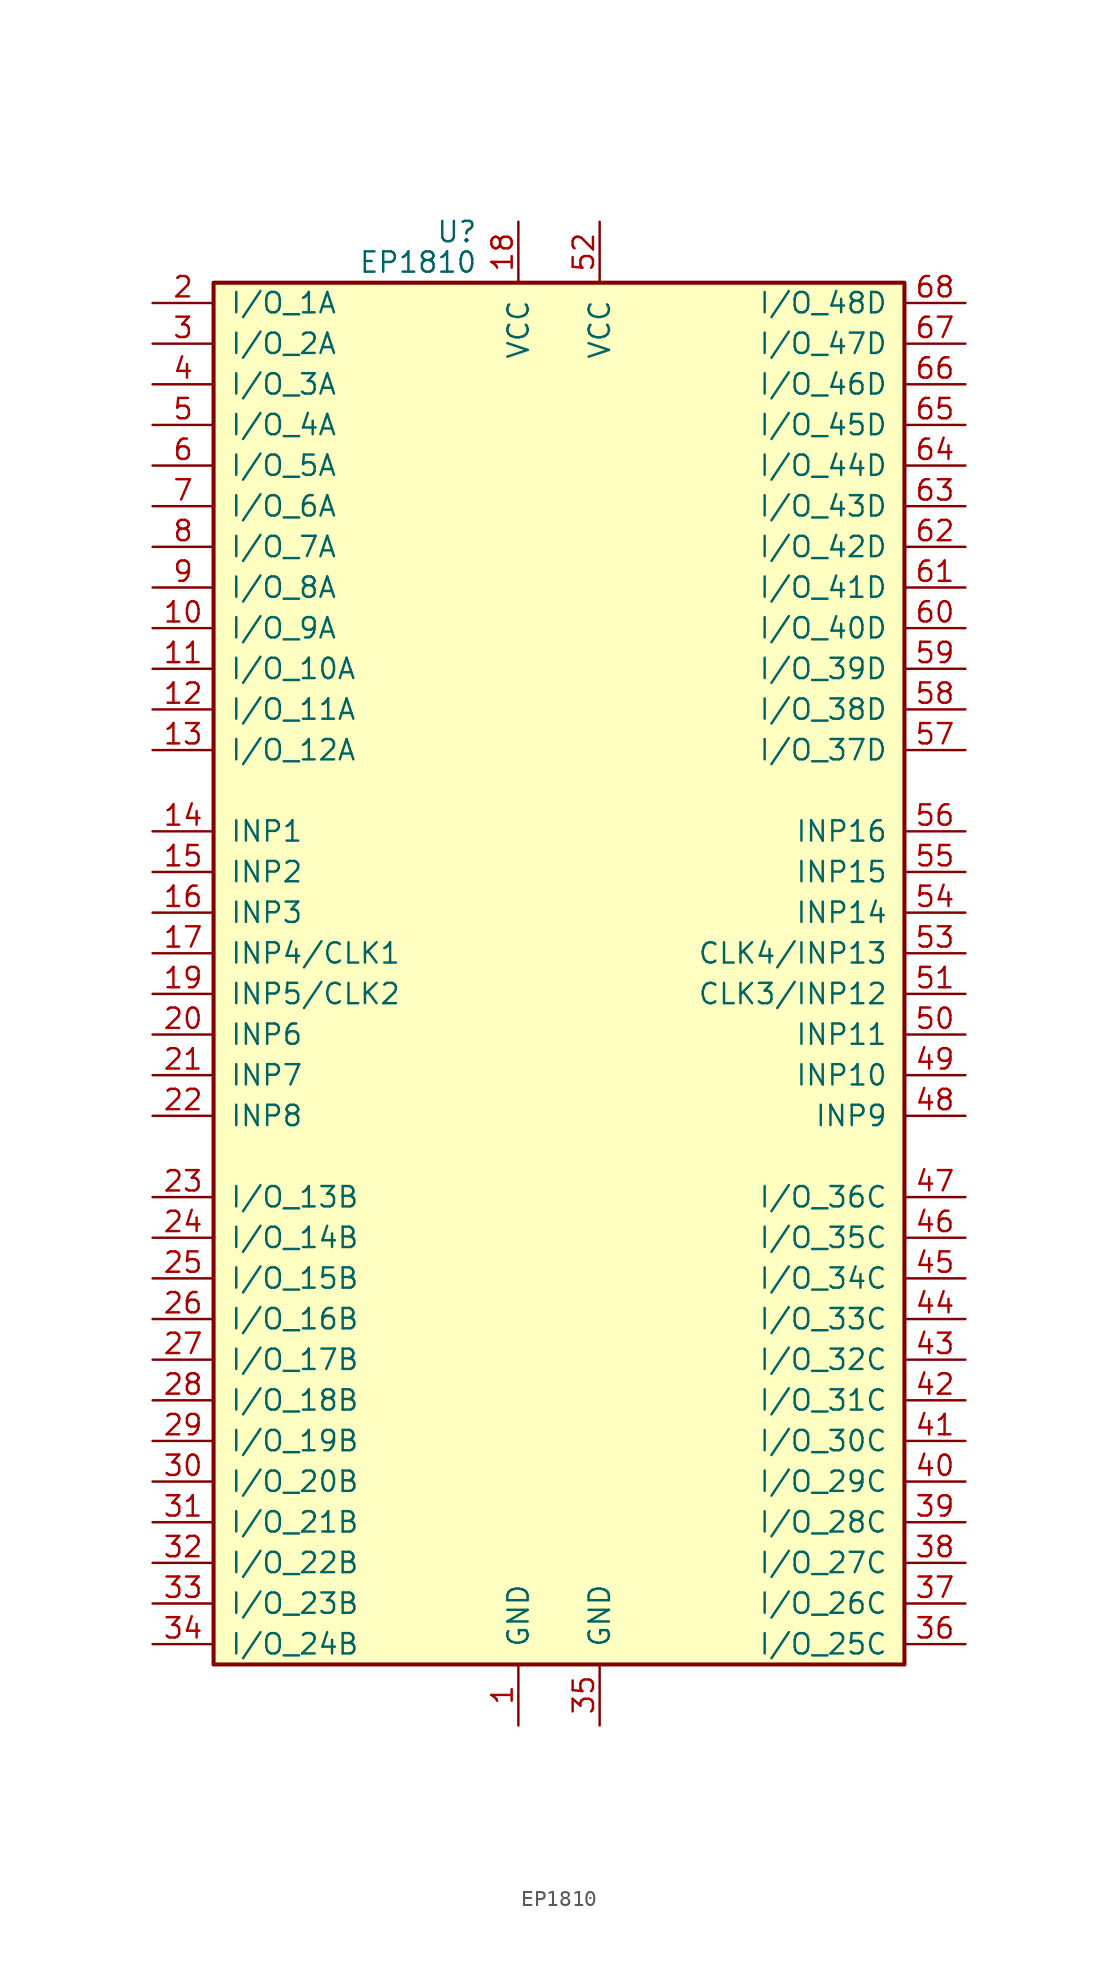
<source format=kicad_sym>
(kicad_symbol_lib
  (version 20201005)
  (generator kicad_symbol_editor)
  (symbol "CPLD_Altera:EP1810"
    (pin_names
      (offset 1.016))
    (property "Reference" "U"
      (at -5.08 47.625 0)
      (effects (font (size 1.27 1.27)) (justify right)))
    (property "Value" "EP1810"
      (at -5.08 45.72 0)
      (effects (font (size 1.27 1.27)) (justify right)))
    (symbol "EP1810_0_1"
      (rectangle (start -21.59 -41.91) (end 21.59 44.45) (stroke (width 0.254)) (fill (type background))))
    (symbol "EP1810_1_1"
      (pin power_in line (at -2.54 -45.72 90) (length 3.81) (name "GND" (effects (font (size 1.27 1.27)))) (number "1" (effects (font (size 1.27 1.27)))))
      (pin input line (at -25.4 43.18 0) (length 3.81) (name "I/O_1A" (effects (font (size 1.27 1.27)))) (number "2" (effects (font (size 1.27 1.27)))))
      (pin input line (at -25.4 40.64 0) (length 3.81) (name "I/O_2A" (effects (font (size 1.27 1.27)))) (number "3" (effects (font (size 1.27 1.27)))))
      (pin input line (at -25.4 38.1 0) (length 3.81) (name "I/O_3A" (effects (font (size 1.27 1.27)))) (number "4" (effects (font (size 1.27 1.27)))))
      (pin input line (at -25.4 35.56 0) (length 3.81) (name "I/O_4A" (effects (font (size 1.27 1.27)))) (number "5" (effects (font (size 1.27 1.27)))))
      (pin input line (at -25.4 33.02 0) (length 3.81) (name "I/O_5A" (effects (font (size 1.27 1.27)))) (number "6" (effects (font (size 1.27 1.27)))))
      (pin input line (at -25.4 30.48 0) (length 3.81) (name "I/O_6A" (effects (font (size 1.27 1.27)))) (number "7" (effects (font (size 1.27 1.27)))))
      (pin input line (at -25.4 27.94 0) (length 3.81) (name "I/O_7A" (effects (font (size 1.27 1.27)))) (number "8" (effects (font (size 1.27 1.27)))))
      (pin input line (at -25.4 25.4 0) (length 3.81) (name "I/O_8A" (effects (font (size 1.27 1.27)))) (number "9" (effects (font (size 1.27 1.27)))))
      (pin input line (at -25.4 22.86 0) (length 3.81) (name "I/O_9A" (effects (font (size 1.27 1.27)))) (number "10" (effects (font (size 1.27 1.27)))))
      (pin input line (at -25.4 -2.54 0) (length 3.81) (name "INP6" (effects (font (size 1.27 1.27)))) (number "20" (effects (font (size 1.27 1.27)))))
      (pin input line (at -25.4 -30.48 0) (length 3.81) (name "I/O_20B" (effects (font (size 1.27 1.27)))) (number "30" (effects (font (size 1.27 1.27)))))
      (pin input line (at 25.4 -30.48 180) (length 3.81) (name "I/O_29C" (effects (font (size 1.27 1.27)))) (number "40" (effects (font (size 1.27 1.27)))))
      (pin input line (at 25.4 -2.54 180) (length 3.81) (name "INP11" (effects (font (size 1.27 1.27)))) (number "50" (effects (font (size 1.27 1.27)))))
      (pin input line (at 25.4 22.86 180) (length 3.81) (name "I/O_40D" (effects (font (size 1.27 1.27)))) (number "60" (effects (font (size 1.27 1.27)))))
      (pin input line (at -25.4 20.32 0) (length 3.81) (name "I/O_10A" (effects (font (size 1.27 1.27)))) (number "11" (effects (font (size 1.27 1.27)))))
      (pin input line (at -25.4 -5.08 0) (length 3.81) (name "INP7" (effects (font (size 1.27 1.27)))) (number "21" (effects (font (size 1.27 1.27)))))
      (pin input line (at -25.4 -33.02 0) (length 3.81) (name "I/O_21B" (effects (font (size 1.27 1.27)))) (number "31" (effects (font (size 1.27 1.27)))))
      (pin input line (at 25.4 -27.94 180) (length 3.81) (name "I/O_30C" (effects (font (size 1.27 1.27)))) (number "41" (effects (font (size 1.27 1.27)))))
      (pin input line (at 25.4 0 180) (length 3.81) (name "CLK3/INP12" (effects (font (size 1.27 1.27)))) (number "51" (effects (font (size 1.27 1.27)))))
      (pin input line (at 25.4 25.4 180) (length 3.81) (name "I/O_41D" (effects (font (size 1.27 1.27)))) (number "61" (effects (font (size 1.27 1.27)))))
      (pin input line (at -25.4 17.78 0) (length 3.81) (name "I/O_11A" (effects (font (size 1.27 1.27)))) (number "12" (effects (font (size 1.27 1.27)))))
      (pin input line (at -25.4 -7.62 0) (length 3.81) (name "INP8" (effects (font (size 1.27 1.27)))) (number "22" (effects (font (size 1.27 1.27)))))
      (pin input line (at -25.4 -35.56 0) (length 3.81) (name "I/O_22B" (effects (font (size 1.27 1.27)))) (number "32" (effects (font (size 1.27 1.27)))))
      (pin input line (at 25.4 -25.4 180) (length 3.81) (name "I/O_31C" (effects (font (size 1.27 1.27)))) (number "42" (effects (font (size 1.27 1.27)))))
      (pin power_in line (at 2.54 48.26 270) (length 3.81) (name "VCC" (effects (font (size 1.27 1.27)))) (number "52" (effects (font (size 1.27 1.27)))))
      (pin input line (at 25.4 27.94 180) (length 3.81) (name "I/O_42D" (effects (font (size 1.27 1.27)))) (number "62" (effects (font (size 1.27 1.27)))))
      (pin input line (at -25.4 15.24 0) (length 3.81) (name "I/O_12A" (effects (font (size 1.27 1.27)))) (number "13" (effects (font (size 1.27 1.27)))))
      (pin input line (at -25.4 -12.7 0) (length 3.81) (name "I/O_13B" (effects (font (size 1.27 1.27)))) (number "23" (effects (font (size 1.27 1.27)))))
      (pin input line (at -25.4 -38.1 0) (length 3.81) (name "I/O_23B" (effects (font (size 1.27 1.27)))) (number "33" (effects (font (size 1.27 1.27)))))
      (pin input line (at 25.4 -22.86 180) (length 3.81) (name "I/O_32C" (effects (font (size 1.27 1.27)))) (number "43" (effects (font (size 1.27 1.27)))))
      (pin input line (at 25.4 2.54 180) (length 3.81) (name "CLK4/INP13" (effects (font (size 1.27 1.27)))) (number "53" (effects (font (size 1.27 1.27)))))
      (pin input line (at 25.4 30.48 180) (length 3.81) (name "I/O_43D" (effects (font (size 1.27 1.27)))) (number "63" (effects (font (size 1.27 1.27)))))
      (pin input line (at -25.4 10.16 0) (length 3.81) (name "INP1" (effects (font (size 1.27 1.27)))) (number "14" (effects (font (size 1.27 1.27)))))
      (pin input line (at -25.4 -15.24 0) (length 3.81) (name "I/O_14B" (effects (font (size 1.27 1.27)))) (number "24" (effects (font (size 1.27 1.27)))))
      (pin input line (at -25.4 -40.64 0) (length 3.81) (name "I/O_24B" (effects (font (size 1.27 1.27)))) (number "34" (effects (font (size 1.27 1.27)))))
      (pin input line (at 25.4 -20.32 180) (length 3.81) (name "I/O_33C" (effects (font (size 1.27 1.27)))) (number "44" (effects (font (size 1.27 1.27)))))
      (pin input line (at 25.4 5.08 180) (length 3.81) (name "INP14" (effects (font (size 1.27 1.27)))) (number "54" (effects (font (size 1.27 1.27)))))
      (pin input line (at 25.4 33.02 180) (length 3.81) (name "I/O_44D" (effects (font (size 1.27 1.27)))) (number "64" (effects (font (size 1.27 1.27)))))
      (pin input line (at -25.4 7.62 0) (length 3.81) (name "INP2" (effects (font (size 1.27 1.27)))) (number "15" (effects (font (size 1.27 1.27)))))
      (pin input line (at -25.4 -17.78 0) (length 3.81) (name "I/O_15B" (effects (font (size 1.27 1.27)))) (number "25" (effects (font (size 1.27 1.27)))))
      (pin power_in line (at 2.54 -45.72 90) (length 3.81) (name "GND" (effects (font (size 1.27 1.27)))) (number "35" (effects (font (size 1.27 1.27)))))
      (pin input line (at 25.4 -17.78 180) (length 3.81) (name "I/O_34C" (effects (font (size 1.27 1.27)))) (number "45" (effects (font (size 1.27 1.27)))))
      (pin input line (at 25.4 7.62 180) (length 3.81) (name "INP15" (effects (font (size 1.27 1.27)))) (number "55" (effects (font (size 1.27 1.27)))))
      (pin input line (at 25.4 35.56 180) (length 3.81) (name "I/O_45D" (effects (font (size 1.27 1.27)))) (number "65" (effects (font (size 1.27 1.27)))))
      (pin input line (at -25.4 5.08 0) (length 3.81) (name "INP3" (effects (font (size 1.27 1.27)))) (number "16" (effects (font (size 1.27 1.27)))))
      (pin input line (at -25.4 -20.32 0) (length 3.81) (name "I/O_16B" (effects (font (size 1.27 1.27)))) (number "26" (effects (font (size 1.27 1.27)))))
      (pin input line (at 25.4 -40.64 180) (length 3.81) (name "I/O_25C" (effects (font (size 1.27 1.27)))) (number "36" (effects (font (size 1.27 1.27)))))
      (pin input line (at 25.4 -15.24 180) (length 3.81) (name "I/O_35C" (effects (font (size 1.27 1.27)))) (number "46" (effects (font (size 1.27 1.27)))))
      (pin input line (at 25.4 10.16 180) (length 3.81) (name "INP16" (effects (font (size 1.27 1.27)))) (number "56" (effects (font (size 1.27 1.27)))))
      (pin input line (at 25.4 38.1 180) (length 3.81) (name "I/O_46D" (effects (font (size 1.27 1.27)))) (number "66" (effects (font (size 1.27 1.27)))))
      (pin input line (at -25.4 2.54 0) (length 3.81) (name "INP4/CLK1" (effects (font (size 1.27 1.27)))) (number "17" (effects (font (size 1.27 1.27)))))
      (pin input line (at -25.4 -22.86 0) (length 3.81) (name "I/O_17B" (effects (font (size 1.27 1.27)))) (number "27" (effects (font (size 1.27 1.27)))))
      (pin input line (at 25.4 -38.1 180) (length 3.81) (name "I/O_26C" (effects (font (size 1.27 1.27)))) (number "37" (effects (font (size 1.27 1.27)))))
      (pin input line (at 25.4 -12.7 180) (length 3.81) (name "I/O_36C" (effects (font (size 1.27 1.27)))) (number "47" (effects (font (size 1.27 1.27)))))
      (pin input line (at 25.4 15.24 180) (length 3.81) (name "I/O_37D" (effects (font (size 1.27 1.27)))) (number "57" (effects (font (size 1.27 1.27)))))
      (pin input line (at 25.4 40.64 180) (length 3.81) (name "I/O_47D" (effects (font (size 1.27 1.27)))) (number "67" (effects (font (size 1.27 1.27)))))
      (pin power_in line (at -2.54 48.26 270) (length 3.81) (name "VCC" (effects (font (size 1.27 1.27)))) (number "18" (effects (font (size 1.27 1.27)))))
      (pin input line (at -25.4 -25.4 0) (length 3.81) (name "I/O_18B" (effects (font (size 1.27 1.27)))) (number "28" (effects (font (size 1.27 1.27)))))
      (pin input line (at 25.4 -35.56 180) (length 3.81) (name "I/O_27C" (effects (font (size 1.27 1.27)))) (number "38" (effects (font (size 1.27 1.27)))))
      (pin input line (at 25.4 -7.62 180) (length 3.81) (name "INP9" (effects (font (size 1.27 1.27)))) (number "48" (effects (font (size 1.27 1.27)))))
      (pin input line (at 25.4 17.78 180) (length 3.81) (name "I/O_38D" (effects (font (size 1.27 1.27)))) (number "58" (effects (font (size 1.27 1.27)))))
      (pin input line (at 25.4 43.18 180) (length 3.81) (name "I/O_48D" (effects (font (size 1.27 1.27)))) (number "68" (effects (font (size 1.27 1.27)))))
      (pin input line (at -25.4 0 0) (length 3.81) (name "INP5/CLK2" (effects (font (size 1.27 1.27)))) (number "19" (effects (font (size 1.27 1.27)))))
      (pin input line (at -25.4 -27.94 0) (length 3.81) (name "I/O_19B" (effects (font (size 1.27 1.27)))) (number "29" (effects (font (size 1.27 1.27)))))
      (pin input line (at 25.4 -33.02 180) (length 3.81) (name "I/O_28C" (effects (font (size 1.27 1.27)))) (number "39" (effects (font (size 1.27 1.27)))))
      (pin input line (at 25.4 -5.08 180) (length 3.81) (name "INP10" (effects (font (size 1.27 1.27)))) (number "49" (effects (font (size 1.27 1.27)))))
      (pin input line (at 25.4 20.32 180) (length 3.81) (name "I/O_39D" (effects (font (size 1.27 1.27)))) (number "59" (effects (font (size 1.27 1.27))))))))
</source>
